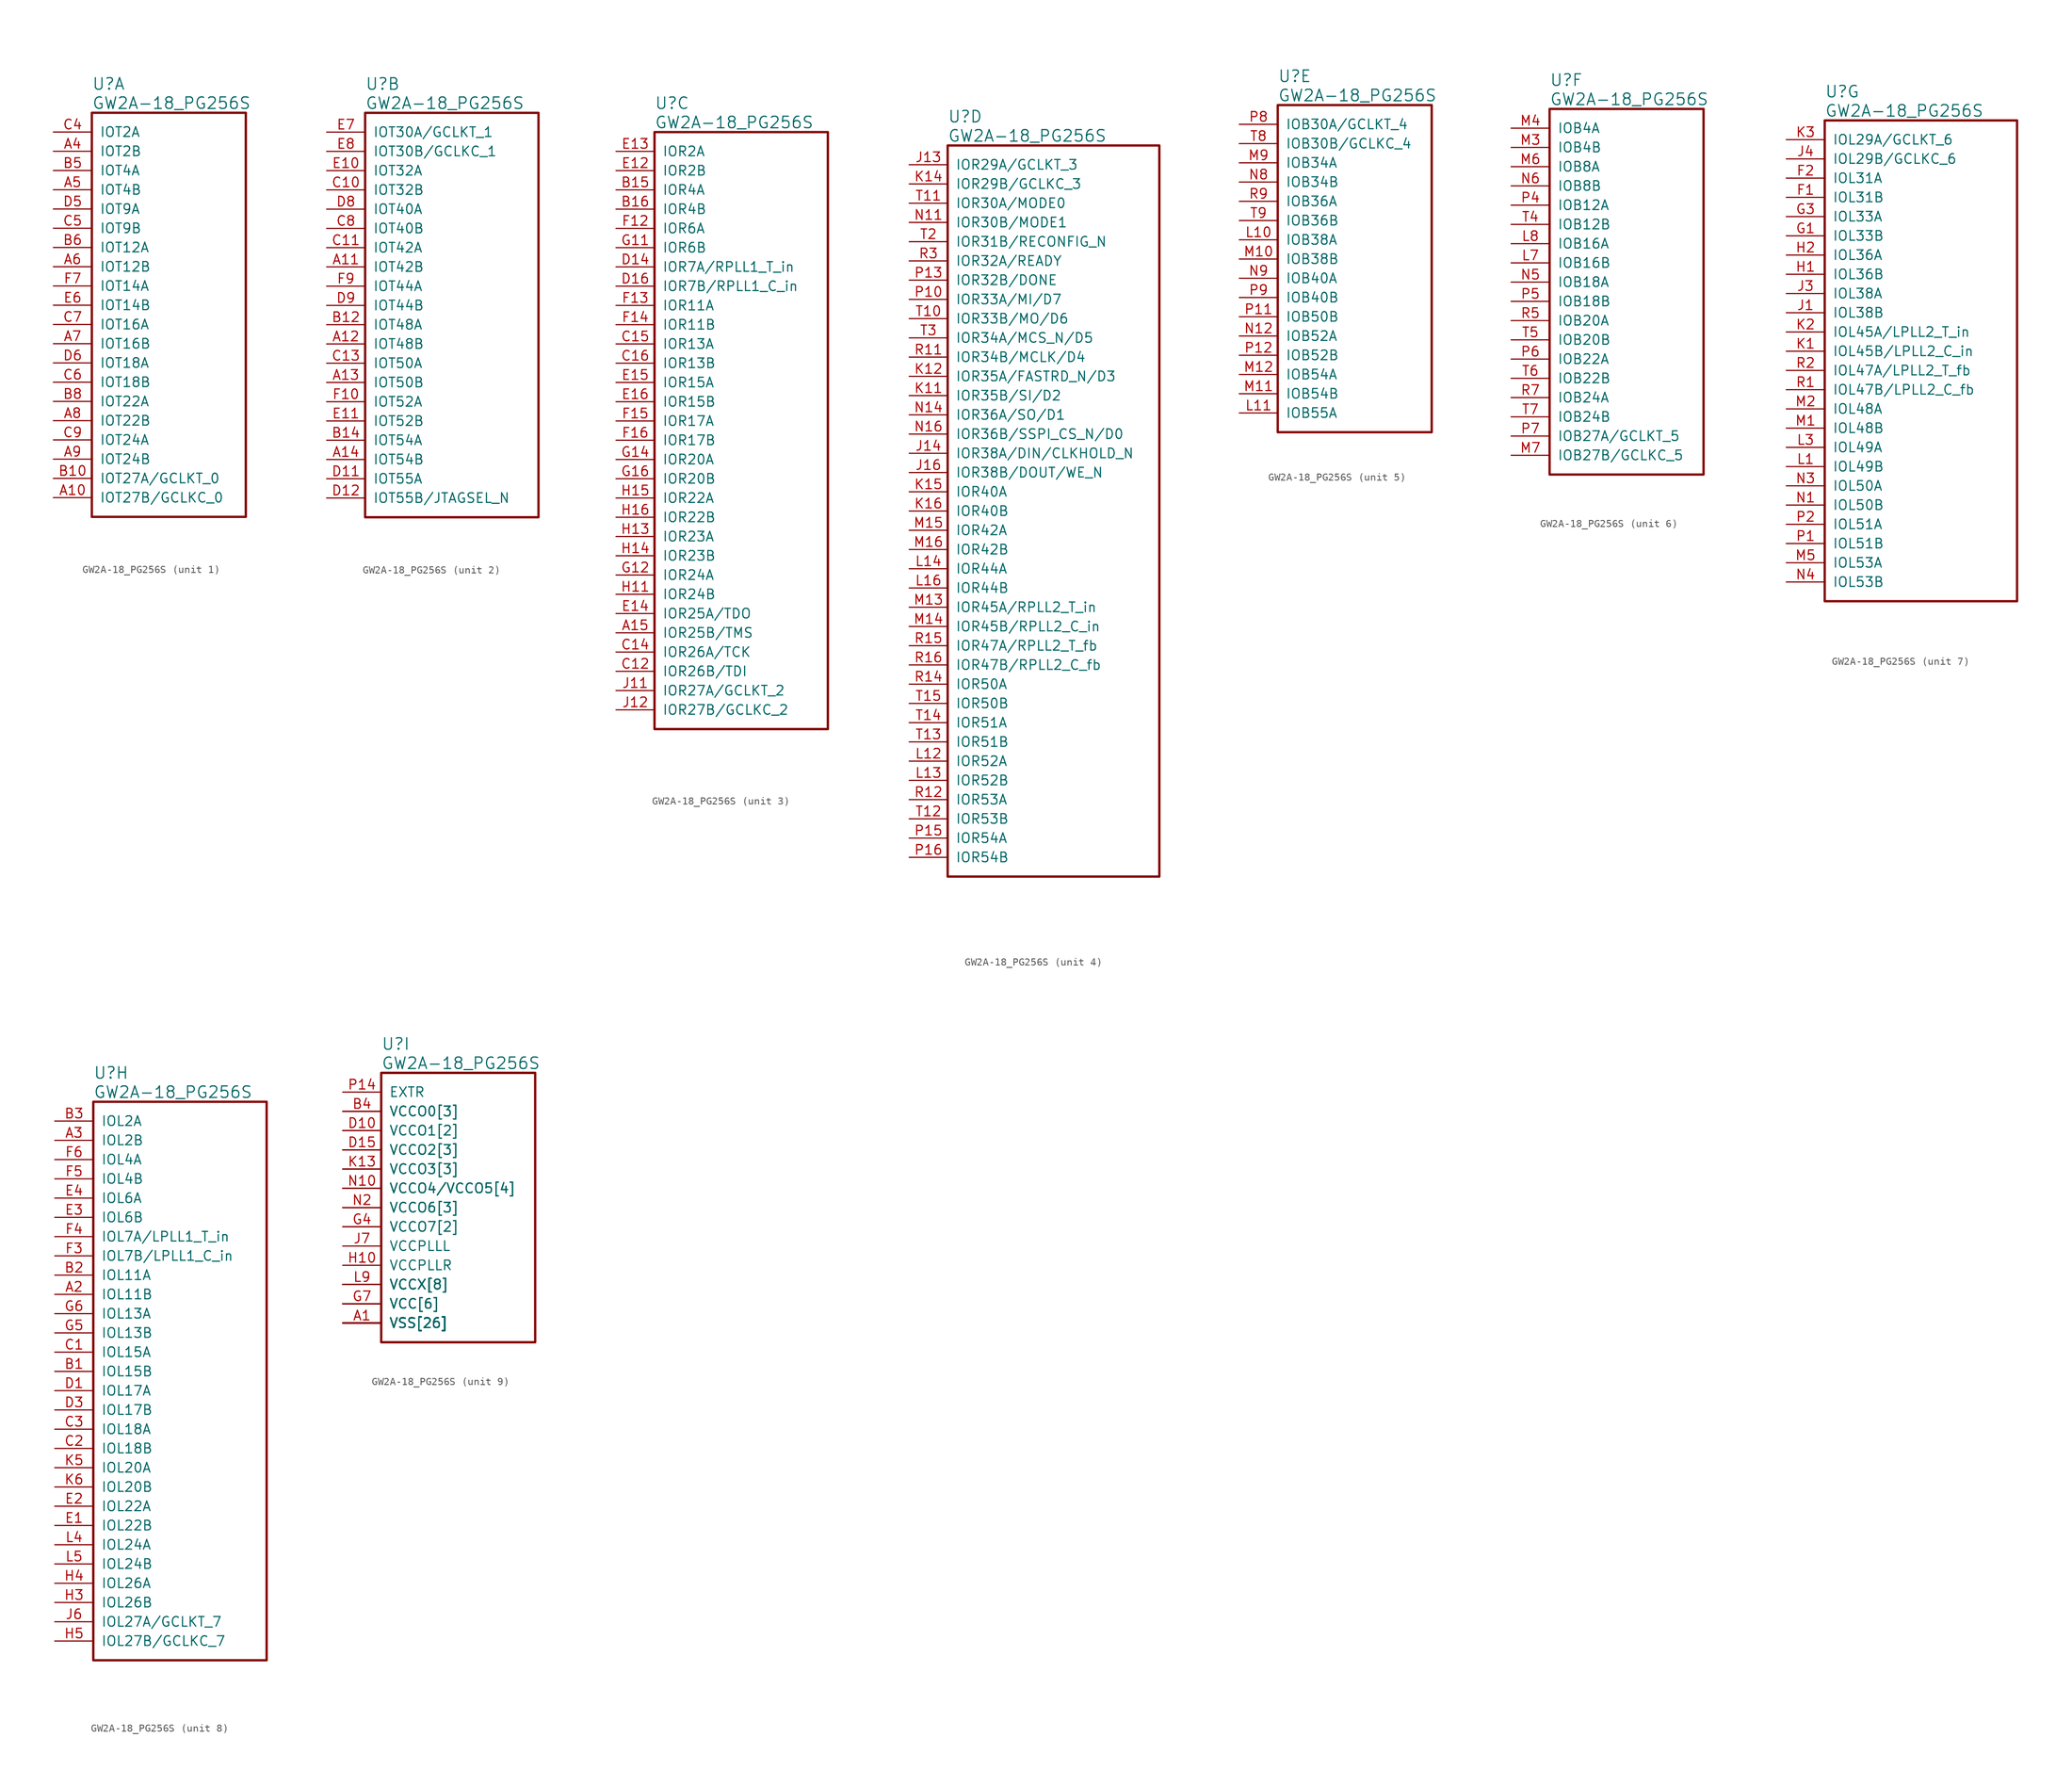
<source format=kicad_sym>
(kicad_symbol_lib
  (version 20211014)
  (generator kicad_symbol_editor)
  (symbol "GW2A-18_PG256S"
    (pin_names
      (offset 1.016))
    (property "Reference" "U"
      (at 5.08 6.35 0)
      (effects (font (size 1.524 1.524)) (justify left)))
    (property "Value" "GW2A-18_PG256S"
      (at 5.08 3.81 0)
      (effects (font (size 1.524 1.524)) (justify left)))
    (property "ki_locked" ""
      (at 0 0 0)
      (effects (font (size 1.27 1.27))))
    (symbol "GW2A-18_PG256S_1_1"
      (rectangle (start 5.08 2.54) (end 25.4 -50.8) (stroke (width 0.305) (type default) (color 0 0 0 0)) (fill (type none)))
      (pin bidirectional line (at 0 -48.26 0) (length 5.08) (name "IOT27B/GCLKC_0" (effects (font (size 1.27 1.27)))) (number "A10" (effects (font (size 1.27 1.27)))))
      (pin bidirectional line (at 0 -2.54 0) (length 5.08) (name "IOT2B" (effects (font (size 1.27 1.27)))) (number "A4" (effects (font (size 1.27 1.27)))))
      (pin bidirectional line (at 0 -7.62 0) (length 5.08) (name "IOT4B" (effects (font (size 1.27 1.27)))) (number "A5" (effects (font (size 1.27 1.27)))))
      (pin bidirectional line (at 0 -17.78 0) (length 5.08) (name "IOT12B" (effects (font (size 1.27 1.27)))) (number "A6" (effects (font (size 1.27 1.27)))))
      (pin bidirectional line (at 0 -27.94 0) (length 5.08) (name "IOT16B" (effects (font (size 1.27 1.27)))) (number "A7" (effects (font (size 1.27 1.27)))))
      (pin bidirectional line (at 0 -38.1 0) (length 5.08) (name "IOT22B" (effects (font (size 1.27 1.27)))) (number "A8" (effects (font (size 1.27 1.27)))))
      (pin bidirectional line (at 0 -43.18 0) (length 5.08) (name "IOT24B" (effects (font (size 1.27 1.27)))) (number "A9" (effects (font (size 1.27 1.27)))))
      (pin bidirectional line (at 0 -45.72 0) (length 5.08) (name "IOT27A/GCLKT_0" (effects (font (size 1.27 1.27)))) (number "B10" (effects (font (size 1.27 1.27)))))
      (pin bidirectional line (at 0 -5.08 0) (length 5.08) (name "IOT4A" (effects (font (size 1.27 1.27)))) (number "B5" (effects (font (size 1.27 1.27)))))
      (pin bidirectional line (at 0 -15.24 0) (length 5.08) (name "IOT12A" (effects (font (size 1.27 1.27)))) (number "B6" (effects (font (size 1.27 1.27)))))
      (pin bidirectional line (at 0 -35.56 0) (length 5.08) (name "IOT22A" (effects (font (size 1.27 1.27)))) (number "B8" (effects (font (size 1.27 1.27)))))
      (pin bidirectional line (at 0 0 0) (length 5.08) (name "IOT2A" (effects (font (size 1.27 1.27)))) (number "C4" (effects (font (size 1.27 1.27)))))
      (pin bidirectional line (at 0 -12.7 0) (length 5.08) (name "IOT9B" (effects (font (size 1.27 1.27)))) (number "C5" (effects (font (size 1.27 1.27)))))
      (pin bidirectional line (at 0 -33.02 0) (length 5.08) (name "IOT18B" (effects (font (size 1.27 1.27)))) (number "C6" (effects (font (size 1.27 1.27)))))
      (pin bidirectional line (at 0 -25.4 0) (length 5.08) (name "IOT16A" (effects (font (size 1.27 1.27)))) (number "C7" (effects (font (size 1.27 1.27)))))
      (pin bidirectional line (at 0 -40.64 0) (length 5.08) (name "IOT24A" (effects (font (size 1.27 1.27)))) (number "C9" (effects (font (size 1.27 1.27)))))
      (pin bidirectional line (at 0 -10.16 0) (length 5.08) (name "IOT9A" (effects (font (size 1.27 1.27)))) (number "D5" (effects (font (size 1.27 1.27)))))
      (pin bidirectional line (at 0 -30.48 0) (length 5.08) (name "IOT18A" (effects (font (size 1.27 1.27)))) (number "D6" (effects (font (size 1.27 1.27)))))
      (pin bidirectional line (at 0 -22.86 0) (length 5.08) (name "IOT14B" (effects (font (size 1.27 1.27)))) (number "E6" (effects (font (size 1.27 1.27)))))
      (pin bidirectional line (at 0 -20.32 0) (length 5.08) (name "IOT14A" (effects (font (size 1.27 1.27)))) (number "F7" (effects (font (size 1.27 1.27))))))
    (symbol "GW2A-18_PG256S_2_1"
      (rectangle (start 5.08 2.54) (end 27.94 -50.8) (stroke (width 0.305) (type default) (color 0 0 0 0)) (fill (type none)))
      (pin bidirectional line (at 0 -17.78 0) (length 5.08) (name "IOT42B" (effects (font (size 1.27 1.27)))) (number "A11" (effects (font (size 1.27 1.27)))))
      (pin bidirectional line (at 0 -27.94 0) (length 5.08) (name "IOT48B" (effects (font (size 1.27 1.27)))) (number "A12" (effects (font (size 1.27 1.27)))))
      (pin bidirectional line (at 0 -33.02 0) (length 5.08) (name "IOT50B" (effects (font (size 1.27 1.27)))) (number "A13" (effects (font (size 1.27 1.27)))))
      (pin bidirectional line (at 0 -43.18 0) (length 5.08) (name "IOT54B" (effects (font (size 1.27 1.27)))) (number "A14" (effects (font (size 1.27 1.27)))))
      (pin bidirectional line (at 0 -25.4 0) (length 5.08) (name "IOT48A" (effects (font (size 1.27 1.27)))) (number "B12" (effects (font (size 1.27 1.27)))))
      (pin bidirectional line (at 0 -40.64 0) (length 5.08) (name "IOT54A" (effects (font (size 1.27 1.27)))) (number "B14" (effects (font (size 1.27 1.27)))))
      (pin bidirectional line (at 0 -7.62 0) (length 5.08) (name "IOT32B" (effects (font (size 1.27 1.27)))) (number "C10" (effects (font (size 1.27 1.27)))))
      (pin bidirectional line (at 0 -15.24 0) (length 5.08) (name "IOT42A" (effects (font (size 1.27 1.27)))) (number "C11" (effects (font (size 1.27 1.27)))))
      (pin bidirectional line (at 0 -30.48 0) (length 5.08) (name "IOT50A" (effects (font (size 1.27 1.27)))) (number "C13" (effects (font (size 1.27 1.27)))))
      (pin bidirectional line (at 0 -12.7 0) (length 5.08) (name "IOT40B" (effects (font (size 1.27 1.27)))) (number "C8" (effects (font (size 1.27 1.27)))))
      (pin bidirectional line (at 0 -45.72 0) (length 5.08) (name "IOT55A" (effects (font (size 1.27 1.27)))) (number "D11" (effects (font (size 1.27 1.27)))))
      (pin bidirectional line (at 0 -48.26 0) (length 5.08) (name "IOT55B/JTAGSEL_N" (effects (font (size 1.27 1.27)))) (number "D12" (effects (font (size 1.27 1.27)))))
      (pin bidirectional line (at 0 -10.16 0) (length 5.08) (name "IOT40A" (effects (font (size 1.27 1.27)))) (number "D8" (effects (font (size 1.27 1.27)))))
      (pin bidirectional line (at 0 -22.86 0) (length 5.08) (name "IOT44B" (effects (font (size 1.27 1.27)))) (number "D9" (effects (font (size 1.27 1.27)))))
      (pin bidirectional line (at 0 -5.08 0) (length 5.08) (name "IOT32A" (effects (font (size 1.27 1.27)))) (number "E10" (effects (font (size 1.27 1.27)))))
      (pin bidirectional line (at 0 -38.1 0) (length 5.08) (name "IOT52B" (effects (font (size 1.27 1.27)))) (number "E11" (effects (font (size 1.27 1.27)))))
      (pin bidirectional line (at 0 0 0) (length 5.08) (name "IOT30A/GCLKT_1" (effects (font (size 1.27 1.27)))) (number "E7" (effects (font (size 1.27 1.27)))))
      (pin bidirectional line (at 0 -2.54 0) (length 5.08) (name "IOT30B/GCLKC_1" (effects (font (size 1.27 1.27)))) (number "E8" (effects (font (size 1.27 1.27)))))
      (pin bidirectional line (at 0 -35.56 0) (length 5.08) (name "IOT52A" (effects (font (size 1.27 1.27)))) (number "F10" (effects (font (size 1.27 1.27)))))
      (pin bidirectional line (at 0 -20.32 0) (length 5.08) (name "IOT44A" (effects (font (size 1.27 1.27)))) (number "F9" (effects (font (size 1.27 1.27))))))
    (symbol "GW2A-18_PG256S_3_1"
      (rectangle (start 5.08 2.54) (end 27.94 -76.2) (stroke (width 0.305) (type default) (color 0 0 0 0)) (fill (type none)))
      (pin bidirectional line (at 0 -63.5 0) (length 5.08) (name "IOR25B/TMS" (effects (font (size 1.27 1.27)))) (number "A15" (effects (font (size 1.27 1.27)))))
      (pin bidirectional line (at 0 -5.08 0) (length 5.08) (name "IOR4A" (effects (font (size 1.27 1.27)))) (number "B15" (effects (font (size 1.27 1.27)))))
      (pin bidirectional line (at 0 -7.62 0) (length 5.08) (name "IOR4B" (effects (font (size 1.27 1.27)))) (number "B16" (effects (font (size 1.27 1.27)))))
      (pin bidirectional line (at 0 -68.58 0) (length 5.08) (name "IOR26B/TDI" (effects (font (size 1.27 1.27)))) (number "C12" (effects (font (size 1.27 1.27)))))
      (pin bidirectional line (at 0 -66.04 0) (length 5.08) (name "IOR26A/TCK" (effects (font (size 1.27 1.27)))) (number "C14" (effects (font (size 1.27 1.27)))))
      (pin bidirectional line (at 0 -25.4 0) (length 5.08) (name "IOR13A" (effects (font (size 1.27 1.27)))) (number "C15" (effects (font (size 1.27 1.27)))))
      (pin bidirectional line (at 0 -27.94 0) (length 5.08) (name "IOR13B" (effects (font (size 1.27 1.27)))) (number "C16" (effects (font (size 1.27 1.27)))))
      (pin bidirectional line (at 0 -15.24 0) (length 5.08) (name "IOR7A/RPLL1_T_in" (effects (font (size 1.27 1.27)))) (number "D14" (effects (font (size 1.27 1.27)))))
      (pin bidirectional line (at 0 -17.78 0) (length 5.08) (name "IOR7B/RPLL1_C_in" (effects (font (size 1.27 1.27)))) (number "D16" (effects (font (size 1.27 1.27)))))
      (pin bidirectional line (at 0 -2.54 0) (length 5.08) (name "IOR2B" (effects (font (size 1.27 1.27)))) (number "E12" (effects (font (size 1.27 1.27)))))
      (pin bidirectional line (at 0 0 0) (length 5.08) (name "IOR2A" (effects (font (size 1.27 1.27)))) (number "E13" (effects (font (size 1.27 1.27)))))
      (pin bidirectional line (at 0 -60.96 0) (length 5.08) (name "IOR25A/TDO" (effects (font (size 1.27 1.27)))) (number "E14" (effects (font (size 1.27 1.27)))))
      (pin bidirectional line (at 0 -30.48 0) (length 5.08) (name "IOR15A" (effects (font (size 1.27 1.27)))) (number "E15" (effects (font (size 1.27 1.27)))))
      (pin bidirectional line (at 0 -33.02 0) (length 5.08) (name "IOR15B" (effects (font (size 1.27 1.27)))) (number "E16" (effects (font (size 1.27 1.27)))))
      (pin bidirectional line (at 0 -10.16 0) (length 5.08) (name "IOR6A" (effects (font (size 1.27 1.27)))) (number "F12" (effects (font (size 1.27 1.27)))))
      (pin bidirectional line (at 0 -20.32 0) (length 5.08) (name "IOR11A" (effects (font (size 1.27 1.27)))) (number "F13" (effects (font (size 1.27 1.27)))))
      (pin bidirectional line (at 0 -22.86 0) (length 5.08) (name "IOR11B" (effects (font (size 1.27 1.27)))) (number "F14" (effects (font (size 1.27 1.27)))))
      (pin bidirectional line (at 0 -35.56 0) (length 5.08) (name "IOR17A" (effects (font (size 1.27 1.27)))) (number "F15" (effects (font (size 1.27 1.27)))))
      (pin bidirectional line (at 0 -38.1 0) (length 5.08) (name "IOR17B" (effects (font (size 1.27 1.27)))) (number "F16" (effects (font (size 1.27 1.27)))))
      (pin bidirectional line (at 0 -12.7 0) (length 5.08) (name "IOR6B" (effects (font (size 1.27 1.27)))) (number "G11" (effects (font (size 1.27 1.27)))))
      (pin bidirectional line (at 0 -55.88 0) (length 5.08) (name "IOR24A" (effects (font (size 1.27 1.27)))) (number "G12" (effects (font (size 1.27 1.27)))))
      (pin bidirectional line (at 0 -40.64 0) (length 5.08) (name "IOR20A" (effects (font (size 1.27 1.27)))) (number "G14" (effects (font (size 1.27 1.27)))))
      (pin bidirectional line (at 0 -43.18 0) (length 5.08) (name "IOR20B" (effects (font (size 1.27 1.27)))) (number "G16" (effects (font (size 1.27 1.27)))))
      (pin bidirectional line (at 0 -58.42 0) (length 5.08) (name "IOR24B" (effects (font (size 1.27 1.27)))) (number "H11" (effects (font (size 1.27 1.27)))))
      (pin bidirectional line (at 0 -50.8 0) (length 5.08) (name "IOR23A" (effects (font (size 1.27 1.27)))) (number "H13" (effects (font (size 1.27 1.27)))))
      (pin bidirectional line (at 0 -53.34 0) (length 5.08) (name "IOR23B" (effects (font (size 1.27 1.27)))) (number "H14" (effects (font (size 1.27 1.27)))))
      (pin bidirectional line (at 0 -45.72 0) (length 5.08) (name "IOR22A" (effects (font (size 1.27 1.27)))) (number "H15" (effects (font (size 1.27 1.27)))))
      (pin bidirectional line (at 0 -48.26 0) (length 5.08) (name "IOR22B" (effects (font (size 1.27 1.27)))) (number "H16" (effects (font (size 1.27 1.27)))))
      (pin bidirectional line (at 0 -71.12 0) (length 5.08) (name "IOR27A/GCLKT_2" (effects (font (size 1.27 1.27)))) (number "J11" (effects (font (size 1.27 1.27)))))
      (pin bidirectional line (at 0 -73.66 0) (length 5.08) (name "IOR27B/GCLKC_2" (effects (font (size 1.27 1.27)))) (number "J12" (effects (font (size 1.27 1.27))))))
    (symbol "GW2A-18_PG256S_4_1"
      (rectangle (start 5.08 2.54) (end 33.02 -93.98) (stroke (width 0.305) (type default) (color 0 0 0 0)) (fill (type none)))
      (pin bidirectional line (at 0 0 0) (length 5.08) (name "IOR29A/GCLKT_3" (effects (font (size 1.27 1.27)))) (number "J13" (effects (font (size 1.27 1.27)))))
      (pin bidirectional line (at 0 -38.1 0) (length 5.08) (name "IOR38A/DIN/CLKHOLD_N" (effects (font (size 1.27 1.27)))) (number "J14" (effects (font (size 1.27 1.27)))))
      (pin bidirectional line (at 0 -40.64 0) (length 5.08) (name "IOR38B/DOUT/WE_N" (effects (font (size 1.27 1.27)))) (number "J16" (effects (font (size 1.27 1.27)))))
      (pin bidirectional line (at 0 -30.48 0) (length 5.08) (name "IOR35B/SI/D2" (effects (font (size 1.27 1.27)))) (number "K11" (effects (font (size 1.27 1.27)))))
      (pin bidirectional line (at 0 -27.94 0) (length 5.08) (name "IOR35A/FASTRD_N/D3" (effects (font (size 1.27 1.27)))) (number "K12" (effects (font (size 1.27 1.27)))))
      (pin bidirectional line (at 0 -2.54 0) (length 5.08) (name "IOR29B/GCLKC_3" (effects (font (size 1.27 1.27)))) (number "K14" (effects (font (size 1.27 1.27)))))
      (pin bidirectional line (at 0 -43.18 0) (length 5.08) (name "IOR40A" (effects (font (size 1.27 1.27)))) (number "K15" (effects (font (size 1.27 1.27)))))
      (pin bidirectional line (at 0 -45.72 0) (length 5.08) (name "IOR40B" (effects (font (size 1.27 1.27)))) (number "K16" (effects (font (size 1.27 1.27)))))
      (pin bidirectional line (at 0 -78.74 0) (length 5.08) (name "IOR52A" (effects (font (size 1.27 1.27)))) (number "L12" (effects (font (size 1.27 1.27)))))
      (pin bidirectional line (at 0 -81.28 0) (length 5.08) (name "IOR52B" (effects (font (size 1.27 1.27)))) (number "L13" (effects (font (size 1.27 1.27)))))
      (pin bidirectional line (at 0 -53.34 0) (length 5.08) (name "IOR44A" (effects (font (size 1.27 1.27)))) (number "L14" (effects (font (size 1.27 1.27)))))
      (pin bidirectional line (at 0 -55.88 0) (length 5.08) (name "IOR44B" (effects (font (size 1.27 1.27)))) (number "L16" (effects (font (size 1.27 1.27)))))
      (pin bidirectional line (at 0 -58.42 0) (length 5.08) (name "IOR45A/RPLL2_T_in" (effects (font (size 1.27 1.27)))) (number "M13" (effects (font (size 1.27 1.27)))))
      (pin bidirectional line (at 0 -60.96 0) (length 5.08) (name "IOR45B/RPLL2_C_in" (effects (font (size 1.27 1.27)))) (number "M14" (effects (font (size 1.27 1.27)))))
      (pin bidirectional line (at 0 -48.26 0) (length 5.08) (name "IOR42A" (effects (font (size 1.27 1.27)))) (number "M15" (effects (font (size 1.27 1.27)))))
      (pin bidirectional line (at 0 -50.8 0) (length 5.08) (name "IOR42B" (effects (font (size 1.27 1.27)))) (number "M16" (effects (font (size 1.27 1.27)))))
      (pin bidirectional line (at 0 -7.62 0) (length 5.08) (name "IOR30B/MODE1" (effects (font (size 1.27 1.27)))) (number "N11" (effects (font (size 1.27 1.27)))))
      (pin bidirectional line (at 0 -33.02 0) (length 5.08) (name "IOR36A/SO/D1" (effects (font (size 1.27 1.27)))) (number "N14" (effects (font (size 1.27 1.27)))))
      (pin bidirectional line (at 0 -35.56 0) (length 5.08) (name "IOR36B/SSPI_CS_N/D0" (effects (font (size 1.27 1.27)))) (number "N16" (effects (font (size 1.27 1.27)))))
      (pin bidirectional line (at 0 -17.78 0) (length 5.08) (name "IOR33A/MI/D7" (effects (font (size 1.27 1.27)))) (number "P10" (effects (font (size 1.27 1.27)))))
      (pin bidirectional line (at 0 -15.24 0) (length 5.08) (name "IOR32B/DONE" (effects (font (size 1.27 1.27)))) (number "P13" (effects (font (size 1.27 1.27)))))
      (pin bidirectional line (at 0 -88.9 0) (length 5.08) (name "IOR54A" (effects (font (size 1.27 1.27)))) (number "P15" (effects (font (size 1.27 1.27)))))
      (pin bidirectional line (at 0 -91.44 0) (length 5.08) (name "IOR54B" (effects (font (size 1.27 1.27)))) (number "P16" (effects (font (size 1.27 1.27)))))
      (pin bidirectional line (at 0 -25.4 0) (length 5.08) (name "IOR34B/MCLK/D4" (effects (font (size 1.27 1.27)))) (number "R11" (effects (font (size 1.27 1.27)))))
      (pin bidirectional line (at 0 -83.82 0) (length 5.08) (name "IOR53A" (effects (font (size 1.27 1.27)))) (number "R12" (effects (font (size 1.27 1.27)))))
      (pin bidirectional line (at 0 -68.58 0) (length 5.08) (name "IOR50A" (effects (font (size 1.27 1.27)))) (number "R14" (effects (font (size 1.27 1.27)))))
      (pin bidirectional line (at 0 -63.5 0) (length 5.08) (name "IOR47A/RPLL2_T_fb" (effects (font (size 1.27 1.27)))) (number "R15" (effects (font (size 1.27 1.27)))))
      (pin bidirectional line (at 0 -66.04 0) (length 5.08) (name "IOR47B/RPLL2_C_fb" (effects (font (size 1.27 1.27)))) (number "R16" (effects (font (size 1.27 1.27)))))
      (pin bidirectional line (at 0 -12.7 0) (length 5.08) (name "IOR32A/READY" (effects (font (size 1.27 1.27)))) (number "R3" (effects (font (size 1.27 1.27)))))
      (pin bidirectional line (at 0 -20.32 0) (length 5.08) (name "IOR33B/MO/D6" (effects (font (size 1.27 1.27)))) (number "T10" (effects (font (size 1.27 1.27)))))
      (pin bidirectional line (at 0 -5.08 0) (length 5.08) (name "IOR30A/MODE0" (effects (font (size 1.27 1.27)))) (number "T11" (effects (font (size 1.27 1.27)))))
      (pin bidirectional line (at 0 -86.36 0) (length 5.08) (name "IOR53B" (effects (font (size 1.27 1.27)))) (number "T12" (effects (font (size 1.27 1.27)))))
      (pin bidirectional line (at 0 -76.2 0) (length 5.08) (name "IOR51B" (effects (font (size 1.27 1.27)))) (number "T13" (effects (font (size 1.27 1.27)))))
      (pin bidirectional line (at 0 -73.66 0) (length 5.08) (name "IOR51A" (effects (font (size 1.27 1.27)))) (number "T14" (effects (font (size 1.27 1.27)))))
      (pin bidirectional line (at 0 -71.12 0) (length 5.08) (name "IOR50B" (effects (font (size 1.27 1.27)))) (number "T15" (effects (font (size 1.27 1.27)))))
      (pin bidirectional line (at 0 -10.16 0) (length 5.08) (name "IOR31B/RECONFIG_N" (effects (font (size 1.27 1.27)))) (number "T2" (effects (font (size 1.27 1.27)))))
      (pin bidirectional line (at 0 -22.86 0) (length 5.08) (name "IOR34A/MCS_N/D5" (effects (font (size 1.27 1.27)))) (number "T3" (effects (font (size 1.27 1.27))))))
    (symbol "GW2A-18_PG256S_5_1"
      (rectangle (start 5.08 2.54) (end 25.4 -40.64) (stroke (width 0.305) (type default) (color 0 0 0 0)) (fill (type none)))
      (pin bidirectional line (at 0 -15.24 0) (length 5.08) (name "IOB38A" (effects (font (size 1.27 1.27)))) (number "L10" (effects (font (size 1.27 1.27)))))
      (pin bidirectional line (at 0 -38.1 0) (length 5.08) (name "IOB55A" (effects (font (size 1.27 1.27)))) (number "L11" (effects (font (size 1.27 1.27)))))
      (pin bidirectional line (at 0 -17.78 0) (length 5.08) (name "IOB38B" (effects (font (size 1.27 1.27)))) (number "M10" (effects (font (size 1.27 1.27)))))
      (pin bidirectional line (at 0 -35.56 0) (length 5.08) (name "IOB54B" (effects (font (size 1.27 1.27)))) (number "M11" (effects (font (size 1.27 1.27)))))
      (pin bidirectional line (at 0 -33.02 0) (length 5.08) (name "IOB54A" (effects (font (size 1.27 1.27)))) (number "M12" (effects (font (size 1.27 1.27)))))
      (pin bidirectional line (at 0 -5.08 0) (length 5.08) (name "IOB34A" (effects (font (size 1.27 1.27)))) (number "M9" (effects (font (size 1.27 1.27)))))
      (pin bidirectional line (at 0 -27.94 0) (length 5.08) (name "IOB52A" (effects (font (size 1.27 1.27)))) (number "N12" (effects (font (size 1.27 1.27)))))
      (pin bidirectional line (at 0 -7.62 0) (length 5.08) (name "IOB34B" (effects (font (size 1.27 1.27)))) (number "N8" (effects (font (size 1.27 1.27)))))
      (pin bidirectional line (at 0 -20.32 0) (length 5.08) (name "IOB40A" (effects (font (size 1.27 1.27)))) (number "N9" (effects (font (size 1.27 1.27)))))
      (pin bidirectional line (at 0 -25.4 0) (length 5.08) (name "IOB50B" (effects (font (size 1.27 1.27)))) (number "P11" (effects (font (size 1.27 1.27)))))
      (pin bidirectional line (at 0 -30.48 0) (length 5.08) (name "IOB52B" (effects (font (size 1.27 1.27)))) (number "P12" (effects (font (size 1.27 1.27)))))
      (pin bidirectional line (at 0 0 0) (length 5.08) (name "IOB30A/GCLKT_4" (effects (font (size 1.27 1.27)))) (number "P8" (effects (font (size 1.27 1.27)))))
      (pin bidirectional line (at 0 -22.86 0) (length 5.08) (name "IOB40B" (effects (font (size 1.27 1.27)))) (number "P9" (effects (font (size 1.27 1.27)))))
      (pin bidirectional line (at 0 -10.16 0) (length 5.08) (name "IOB36A" (effects (font (size 1.27 1.27)))) (number "R9" (effects (font (size 1.27 1.27)))))
      (pin bidirectional line (at 0 -2.54 0) (length 5.08) (name "IOB30B/GCLKC_4" (effects (font (size 1.27 1.27)))) (number "T8" (effects (font (size 1.27 1.27)))))
      (pin bidirectional line (at 0 -12.7 0) (length 5.08) (name "IOB36B" (effects (font (size 1.27 1.27)))) (number "T9" (effects (font (size 1.27 1.27))))))
    (symbol "GW2A-18_PG256S_6_1"
      (rectangle (start 5.08 2.54) (end 25.4 -45.72) (stroke (width 0.305) (type default) (color 0 0 0 0)) (fill (type none)))
      (pin bidirectional line (at 0 -17.78 0) (length 5.08) (name "IOB16B" (effects (font (size 1.27 1.27)))) (number "L7" (effects (font (size 1.27 1.27)))))
      (pin bidirectional line (at 0 -15.24 0) (length 5.08) (name "IOB16A" (effects (font (size 1.27 1.27)))) (number "L8" (effects (font (size 1.27 1.27)))))
      (pin bidirectional line (at 0 -2.54 0) (length 5.08) (name "IOB4B" (effects (font (size 1.27 1.27)))) (number "M3" (effects (font (size 1.27 1.27)))))
      (pin bidirectional line (at 0 0 0) (length 5.08) (name "IOB4A" (effects (font (size 1.27 1.27)))) (number "M4" (effects (font (size 1.27 1.27)))))
      (pin bidirectional line (at 0 -5.08 0) (length 5.08) (name "IOB8A" (effects (font (size 1.27 1.27)))) (number "M6" (effects (font (size 1.27 1.27)))))
      (pin bidirectional line (at 0 -43.18 0) (length 5.08) (name "IOB27B/GCLKC_5" (effects (font (size 1.27 1.27)))) (number "M7" (effects (font (size 1.27 1.27)))))
      (pin bidirectional line (at 0 -20.32 0) (length 5.08) (name "IOB18A" (effects (font (size 1.27 1.27)))) (number "N5" (effects (font (size 1.27 1.27)))))
      (pin bidirectional line (at 0 -7.62 0) (length 5.08) (name "IOB8B" (effects (font (size 1.27 1.27)))) (number "N6" (effects (font (size 1.27 1.27)))))
      (pin bidirectional line (at 0 -10.16 0) (length 5.08) (name "IOB12A" (effects (font (size 1.27 1.27)))) (number "P4" (effects (font (size 1.27 1.27)))))
      (pin bidirectional line (at 0 -22.86 0) (length 5.08) (name "IOB18B" (effects (font (size 1.27 1.27)))) (number "P5" (effects (font (size 1.27 1.27)))))
      (pin bidirectional line (at 0 -30.48 0) (length 5.08) (name "IOB22A" (effects (font (size 1.27 1.27)))) (number "P6" (effects (font (size 1.27 1.27)))))
      (pin bidirectional line (at 0 -40.64 0) (length 5.08) (name "IOB27A/GCLKT_5" (effects (font (size 1.27 1.27)))) (number "P7" (effects (font (size 1.27 1.27)))))
      (pin bidirectional line (at 0 -25.4 0) (length 5.08) (name "IOB20A" (effects (font (size 1.27 1.27)))) (number "R5" (effects (font (size 1.27 1.27)))))
      (pin bidirectional line (at 0 -35.56 0) (length 5.08) (name "IOB24A" (effects (font (size 1.27 1.27)))) (number "R7" (effects (font (size 1.27 1.27)))))
      (pin bidirectional line (at 0 -12.7 0) (length 5.08) (name "IOB12B" (effects (font (size 1.27 1.27)))) (number "T4" (effects (font (size 1.27 1.27)))))
      (pin bidirectional line (at 0 -27.94 0) (length 5.08) (name "IOB20B" (effects (font (size 1.27 1.27)))) (number "T5" (effects (font (size 1.27 1.27)))))
      (pin bidirectional line (at 0 -33.02 0) (length 5.08) (name "IOB22B" (effects (font (size 1.27 1.27)))) (number "T6" (effects (font (size 1.27 1.27)))))
      (pin bidirectional line (at 0 -38.1 0) (length 5.08) (name "IOB24B" (effects (font (size 1.27 1.27)))) (number "T7" (effects (font (size 1.27 1.27))))))
    (symbol "GW2A-18_PG256S_7_1"
      (rectangle (start 5.08 2.54) (end 30.48 -60.96) (stroke (width 0.305) (type default) (color 0 0 0 0)) (fill (type none)))
      (pin bidirectional line (at 0 -7.62 0) (length 5.08) (name "IOL31B" (effects (font (size 1.27 1.27)))) (number "F1" (effects (font (size 1.27 1.27)))))
      (pin bidirectional line (at 0 -5.08 0) (length 5.08) (name "IOL31A" (effects (font (size 1.27 1.27)))) (number "F2" (effects (font (size 1.27 1.27)))))
      (pin bidirectional line (at 0 -12.7 0) (length 5.08) (name "IOL33B" (effects (font (size 1.27 1.27)))) (number "G1" (effects (font (size 1.27 1.27)))))
      (pin bidirectional line (at 0 -10.16 0) (length 5.08) (name "IOL33A" (effects (font (size 1.27 1.27)))) (number "G3" (effects (font (size 1.27 1.27)))))
      (pin bidirectional line (at 0 -17.78 0) (length 5.08) (name "IOL36B" (effects (font (size 1.27 1.27)))) (number "H1" (effects (font (size 1.27 1.27)))))
      (pin bidirectional line (at 0 -15.24 0) (length 5.08) (name "IOL36A" (effects (font (size 1.27 1.27)))) (number "H2" (effects (font (size 1.27 1.27)))))
      (pin bidirectional line (at 0 -22.86 0) (length 5.08) (name "IOL38B" (effects (font (size 1.27 1.27)))) (number "J1" (effects (font (size 1.27 1.27)))))
      (pin bidirectional line (at 0 -20.32 0) (length 5.08) (name "IOL38A" (effects (font (size 1.27 1.27)))) (number "J3" (effects (font (size 1.27 1.27)))))
      (pin bidirectional line (at 0 -2.54 0) (length 5.08) (name "IOL29B/GCLKC_6" (effects (font (size 1.27 1.27)))) (number "J4" (effects (font (size 1.27 1.27)))))
      (pin bidirectional line (at 0 -27.94 0) (length 5.08) (name "IOL45B/LPLL2_C_in" (effects (font (size 1.27 1.27)))) (number "K1" (effects (font (size 1.27 1.27)))))
      (pin bidirectional line (at 0 -25.4 0) (length 5.08) (name "IOL45A/LPLL2_T_in" (effects (font (size 1.27 1.27)))) (number "K2" (effects (font (size 1.27 1.27)))))
      (pin bidirectional line (at 0 0 0) (length 5.08) (name "IOL29A/GCLKT_6" (effects (font (size 1.27 1.27)))) (number "K3" (effects (font (size 1.27 1.27)))))
      (pin bidirectional line (at 0 -43.18 0) (length 5.08) (name "IOL49B" (effects (font (size 1.27 1.27)))) (number "L1" (effects (font (size 1.27 1.27)))))
      (pin bidirectional line (at 0 -40.64 0) (length 5.08) (name "IOL49A" (effects (font (size 1.27 1.27)))) (number "L3" (effects (font (size 1.27 1.27)))))
      (pin bidirectional line (at 0 -38.1 0) (length 5.08) (name "IOL48B" (effects (font (size 1.27 1.27)))) (number "M1" (effects (font (size 1.27 1.27)))))
      (pin bidirectional line (at 0 -35.56 0) (length 5.08) (name "IOL48A" (effects (font (size 1.27 1.27)))) (number "M2" (effects (font (size 1.27 1.27)))))
      (pin bidirectional line (at 0 -55.88 0) (length 5.08) (name "IOL53A" (effects (font (size 1.27 1.27)))) (number "M5" (effects (font (size 1.27 1.27)))))
      (pin bidirectional line (at 0 -48.26 0) (length 5.08) (name "IOL50B" (effects (font (size 1.27 1.27)))) (number "N1" (effects (font (size 1.27 1.27)))))
      (pin bidirectional line (at 0 -45.72 0) (length 5.08) (name "IOL50A" (effects (font (size 1.27 1.27)))) (number "N3" (effects (font (size 1.27 1.27)))))
      (pin bidirectional line (at 0 -58.42 0) (length 5.08) (name "IOL53B" (effects (font (size 1.27 1.27)))) (number "N4" (effects (font (size 1.27 1.27)))))
      (pin bidirectional line (at 0 -53.34 0) (length 5.08) (name "IOL51B" (effects (font (size 1.27 1.27)))) (number "P1" (effects (font (size 1.27 1.27)))))
      (pin bidirectional line (at 0 -50.8 0) (length 5.08) (name "IOL51A" (effects (font (size 1.27 1.27)))) (number "P2" (effects (font (size 1.27 1.27)))))
      (pin bidirectional line (at 0 -33.02 0) (length 5.08) (name "IOL47B/LPLL2_C_fb" (effects (font (size 1.27 1.27)))) (number "R1" (effects (font (size 1.27 1.27)))))
      (pin bidirectional line (at 0 -30.48 0) (length 5.08) (name "IOL47A/LPLL2_T_fb" (effects (font (size 1.27 1.27)))) (number "R2" (effects (font (size 1.27 1.27))))))
    (symbol "GW2A-18_PG256S_8_1"
      (rectangle (start 5.08 2.54) (end 27.94 -71.12) (stroke (width 0.305) (type default) (color 0 0 0 0)) (fill (type none)))
      (pin bidirectional line (at 0 -22.86 0) (length 5.08) (name "IOL11B" (effects (font (size 1.27 1.27)))) (number "A2" (effects (font (size 1.27 1.27)))))
      (pin bidirectional line (at 0 -2.54 0) (length 5.08) (name "IOL2B" (effects (font (size 1.27 1.27)))) (number "A3" (effects (font (size 1.27 1.27)))))
      (pin bidirectional line (at 0 -33.02 0) (length 5.08) (name "IOL15B" (effects (font (size 1.27 1.27)))) (number "B1" (effects (font (size 1.27 1.27)))))
      (pin bidirectional line (at 0 -20.32 0) (length 5.08) (name "IOL11A" (effects (font (size 1.27 1.27)))) (number "B2" (effects (font (size 1.27 1.27)))))
      (pin bidirectional line (at 0 0 0) (length 5.08) (name "IOL2A" (effects (font (size 1.27 1.27)))) (number "B3" (effects (font (size 1.27 1.27)))))
      (pin bidirectional line (at 0 -30.48 0) (length 5.08) (name "IOL15A" (effects (font (size 1.27 1.27)))) (number "C1" (effects (font (size 1.27 1.27)))))
      (pin bidirectional line (at 0 -43.18 0) (length 5.08) (name "IOL18B" (effects (font (size 1.27 1.27)))) (number "C2" (effects (font (size 1.27 1.27)))))
      (pin bidirectional line (at 0 -40.64 0) (length 5.08) (name "IOL18A" (effects (font (size 1.27 1.27)))) (number "C3" (effects (font (size 1.27 1.27)))))
      (pin bidirectional line (at 0 -35.56 0) (length 5.08) (name "IOL17A" (effects (font (size 1.27 1.27)))) (number "D1" (effects (font (size 1.27 1.27)))))
      (pin bidirectional line (at 0 -38.1 0) (length 5.08) (name "IOL17B" (effects (font (size 1.27 1.27)))) (number "D3" (effects (font (size 1.27 1.27)))))
      (pin bidirectional line (at 0 -53.34 0) (length 5.08) (name "IOL22B" (effects (font (size 1.27 1.27)))) (number "E1" (effects (font (size 1.27 1.27)))))
      (pin bidirectional line (at 0 -50.8 0) (length 5.08) (name "IOL22A" (effects (font (size 1.27 1.27)))) (number "E2" (effects (font (size 1.27 1.27)))))
      (pin bidirectional line (at 0 -12.7 0) (length 5.08) (name "IOL6B" (effects (font (size 1.27 1.27)))) (number "E3" (effects (font (size 1.27 1.27)))))
      (pin bidirectional line (at 0 -10.16 0) (length 5.08) (name "IOL6A" (effects (font (size 1.27 1.27)))) (number "E4" (effects (font (size 1.27 1.27)))))
      (pin bidirectional line (at 0 -17.78 0) (length 5.08) (name "IOL7B/LPLL1_C_in" (effects (font (size 1.27 1.27)))) (number "F3" (effects (font (size 1.27 1.27)))))
      (pin bidirectional line (at 0 -15.24 0) (length 5.08) (name "IOL7A/LPLL1_T_in" (effects (font (size 1.27 1.27)))) (number "F4" (effects (font (size 1.27 1.27)))))
      (pin bidirectional line (at 0 -7.62 0) (length 5.08) (name "IOL4B" (effects (font (size 1.27 1.27)))) (number "F5" (effects (font (size 1.27 1.27)))))
      (pin bidirectional line (at 0 -5.08 0) (length 5.08) (name "IOL4A" (effects (font (size 1.27 1.27)))) (number "F6" (effects (font (size 1.27 1.27)))))
      (pin bidirectional line (at 0 -27.94 0) (length 5.08) (name "IOL13B" (effects (font (size 1.27 1.27)))) (number "G5" (effects (font (size 1.27 1.27)))))
      (pin bidirectional line (at 0 -25.4 0) (length 5.08) (name "IOL13A" (effects (font (size 1.27 1.27)))) (number "G6" (effects (font (size 1.27 1.27)))))
      (pin bidirectional line (at 0 -63.5 0) (length 5.08) (name "IOL26B" (effects (font (size 1.27 1.27)))) (number "H3" (effects (font (size 1.27 1.27)))))
      (pin bidirectional line (at 0 -60.96 0) (length 5.08) (name "IOL26A" (effects (font (size 1.27 1.27)))) (number "H4" (effects (font (size 1.27 1.27)))))
      (pin bidirectional line (at 0 -68.58 0) (length 5.08) (name "IOL27B/GCLKC_7" (effects (font (size 1.27 1.27)))) (number "H5" (effects (font (size 1.27 1.27)))))
      (pin bidirectional line (at 0 -66.04 0) (length 5.08) (name "IOL27A/GCLKT_7" (effects (font (size 1.27 1.27)))) (number "J6" (effects (font (size 1.27 1.27)))))
      (pin bidirectional line (at 0 -45.72 0) (length 5.08) (name "IOL20A" (effects (font (size 1.27 1.27)))) (number "K5" (effects (font (size 1.27 1.27)))))
      (pin bidirectional line (at 0 -48.26 0) (length 5.08) (name "IOL20B" (effects (font (size 1.27 1.27)))) (number "K6" (effects (font (size 1.27 1.27)))))
      (pin bidirectional line (at 0 -55.88 0) (length 5.08) (name "IOL24A" (effects (font (size 1.27 1.27)))) (number "L4" (effects (font (size 1.27 1.27)))))
      (pin bidirectional line (at 0 -58.42 0) (length 5.08) (name "IOL24B" (effects (font (size 1.27 1.27)))) (number "L5" (effects (font (size 1.27 1.27))))))
    (symbol "GW2A-18_PG256S_9_1"
      (rectangle (start 5.08 2.54) (end 25.4 -33.02) (stroke (width 0.305) (type default) (color 0 0 0 0)) (fill (type none)))
      (pin power_in line (at 0 -30.48 0) (length 5.08) (name "VSS[26]" (effects (font (size 1.27 1.27)))) (number "A1" (effects (font (size 1.27 1.27)))))
      (pin power_in line (at 0 -30.48 0) (length 5.08) (name "VSS[26]" (effects (font (size 1.27 1.27)))) (number "A16" (effects (font (size 0 0)))))
      (pin power_in line (at 0 -30.48 0) (length 5.08) (name "VSS[26]" (effects (font (size 1.27 1.27)))) (number "B11" (effects (font (size 0 0)))))
      (pin power_in line (at 0 -5.08 0) (length 5.08) (name "VCCO1[2]" (effects (font (size 1.27 1.27)))) (number "B13" (effects (font (size 0 0)))))
      (pin power_in line (at 0 -2.54 0) (length 5.08) (name "VCCO0[3]" (effects (font (size 1.27 1.27)))) (number "B4" (effects (font (size 1.27 1.27)))))
      (pin power_in line (at 0 -30.48 0) (length 5.08) (name "VSS[26]" (effects (font (size 1.27 1.27)))) (number "B7" (effects (font (size 0 0)))))
      (pin power_in line (at 0 -2.54 0) (length 5.08) (name "VCCO0[3]" (effects (font (size 1.27 1.27)))) (number "B9" (effects (font (size 0 0)))))
      (pin power_in line (at 0 -5.08 0) (length 5.08) (name "VCCO1[2]" (effects (font (size 1.27 1.27)))) (number "D10" (effects (font (size 1.27 1.27)))))
      (pin power_in line (at 0 -30.48 0) (length 5.08) (name "VSS[26]" (effects (font (size 1.27 1.27)))) (number "D13" (effects (font (size 0 0)))))
      (pin power_in line (at 0 -7.62 0) (length 5.08) (name "VCCO2[3]" (effects (font (size 1.27 1.27)))) (number "D15" (effects (font (size 1.27 1.27)))))
      (pin power_in line (at 0 -17.78 0) (length 5.08) (name "VCCO7[2]" (effects (font (size 1.27 1.27)))) (number "D2" (effects (font (size 0 0)))))
      (pin power_in line (at 0 -30.48 0) (length 5.08) (name "VSS[26]" (effects (font (size 1.27 1.27)))) (number "D4" (effects (font (size 0 0)))))
      (pin power_in line (at 0 -2.54 0) (length 5.08) (name "VCCO0[3]" (effects (font (size 1.27 1.27)))) (number "D7" (effects (font (size 0 0)))))
      (pin power_in line (at 0 -25.4 0) (length 5.08) (name "VCCX[8]" (effects (font (size 1.27 1.27)))) (number "E5" (effects (font (size 0 0)))))
      (pin power_in line (at 0 -30.48 0) (length 5.08) (name "VSS[26]" (effects (font (size 1.27 1.27)))) (number "E9" (effects (font (size 0 0)))))
      (pin power_in line (at 0 -25.4 0) (length 5.08) (name "VCCX[8]" (effects (font (size 1.27 1.27)))) (number "F11" (effects (font (size 0 0)))))
      (pin power_in line (at 0 -25.4 0) (length 5.08) (name "VCCX[8]" (effects (font (size 1.27 1.27)))) (number "F8" (effects (font (size 0 0)))))
      (pin power_in line (at 0 -25.4 0) (length 5.08) (name "VCCX[8]" (effects (font (size 1.27 1.27)))) (number "G10" (effects (font (size 0 0)))))
      (pin power_in line (at 0 -7.62 0) (length 5.08) (name "VCCO2[3]" (effects (font (size 1.27 1.27)))) (number "G13" (effects (font (size 0 0)))))
      (pin power_in line (at 0 -30.48 0) (length 5.08) (name "VSS[26]" (effects (font (size 1.27 1.27)))) (number "G15" (effects (font (size 0 0)))))
      (pin power_in line (at 0 -30.48 0) (length 5.08) (name "VSS[26]" (effects (font (size 1.27 1.27)))) (number "G2" (effects (font (size 0 0)))))
      (pin power_in line (at 0 -17.78 0) (length 5.08) (name "VCCO7[2]" (effects (font (size 1.27 1.27)))) (number "G4" (effects (font (size 1.27 1.27)))))
      (pin power_in line (at 0 -27.94 0) (length 5.08) (name "VCC[6]" (effects (font (size 1.27 1.27)))) (number "G7" (effects (font (size 1.27 1.27)))))
      (pin power_in line (at 0 -30.48 0) (length 5.08) (name "VSS[26]" (effects (font (size 1.27 1.27)))) (number "G8" (effects (font (size 0 0)))))
      (pin power_in line (at 0 -27.94 0) (length 5.08) (name "VCC[6]" (effects (font (size 1.27 1.27)))) (number "G9" (effects (font (size 0 0)))))
      (pin power_in line (at 0 -22.86 0) (length 5.08) (name "VCCPLLR" (effects (font (size 1.27 1.27)))) (number "H10" (effects (font (size 1.27 1.27)))))
      (pin power_in line (at 0 -30.48 0) (length 5.08) (name "VSS[26]" (effects (font (size 1.27 1.27)))) (number "H12" (effects (font (size 0 0)))))
      (pin power_in line (at 0 -25.4 0) (length 5.08) (name "VCCX[8]" (effects (font (size 1.27 1.27)))) (number "H6" (effects (font (size 0 0)))))
      (pin power_in line (at 0 -30.48 0) (length 5.08) (name "VSS[26]" (effects (font (size 1.27 1.27)))) (number "H7" (effects (font (size 0 0)))))
      (pin power_in line (at 0 -27.94 0) (length 5.08) (name "VCC[6]" (effects (font (size 1.27 1.27)))) (number "H8" (effects (font (size 0 0)))))
      (pin power_in line (at 0 -30.48 0) (length 5.08) (name "VSS[26]" (effects (font (size 1.27 1.27)))) (number "H9" (effects (font (size 0 0)))))
      (pin power_in line (at 0 -25.4 0) (length 5.08) (name "VCCX[8]" (effects (font (size 1.27 1.27)))) (number "J10" (effects (font (size 0 0)))))
      (pin power_in line (at 0 -7.62 0) (length 5.08) (name "VCCO2[3]" (effects (font (size 1.27 1.27)))) (number "J15" (effects (font (size 0 0)))))
      (pin power_in line (at 0 -15.24 0) (length 5.08) (name "VCCO6[3]" (effects (font (size 1.27 1.27)))) (number "J2" (effects (font (size 0 0)))))
      (pin power_in line (at 0 -30.48 0) (length 5.08) (name "VSS[26]" (effects (font (size 1.27 1.27)))) (number "J5" (effects (font (size 0 0)))))
      (pin power_in line (at 0 -20.32 0) (length 5.08) (name "VCCPLLL" (effects (font (size 1.27 1.27)))) (number "J7" (effects (font (size 1.27 1.27)))))
      (pin power_in line (at 0 -30.48 0) (length 5.08) (name "VSS[26]" (effects (font (size 1.27 1.27)))) (number "J8" (effects (font (size 0 0)))))
      (pin power_in line (at 0 -27.94 0) (length 5.08) (name "VCC[6]" (effects (font (size 1.27 1.27)))) (number "J9" (effects (font (size 0 0)))))
      (pin power_in line (at 0 -27.94 0) (length 5.08) (name "VCC[6]" (effects (font (size 1.27 1.27)))) (number "K10" (effects (font (size 0 0)))))
      (pin power_in line (at 0 -10.16 0) (length 5.08) (name "VCCO3[3]" (effects (font (size 1.27 1.27)))) (number "K13" (effects (font (size 1.27 1.27)))))
      (pin power_in line (at 0 -15.24 0) (length 5.08) (name "VCCO6[3]" (effects (font (size 1.27 1.27)))) (number "K4" (effects (font (size 0 0)))))
      (pin power_in line (at 0 -30.48 0) (length 5.08) (name "VSS[26]" (effects (font (size 1.27 1.27)))) (number "K7" (effects (font (size 0 0)))))
      (pin power_in line (at 0 -27.94 0) (length 5.08) (name "VCC[6]" (effects (font (size 1.27 1.27)))) (number "K8" (effects (font (size 0 0)))))
      (pin power_in line (at 0 -30.48 0) (length 5.08) (name "VSS[26]" (effects (font (size 1.27 1.27)))) (number "K9" (effects (font (size 0 0)))))
      (pin power_in line (at 0 -30.48 0) (length 5.08) (name "VSS[26]" (effects (font (size 1.27 1.27)))) (number "L15" (effects (font (size 0 0)))))
      (pin power_in line (at 0 -30.48 0) (length 5.08) (name "VSS[26]" (effects (font (size 1.27 1.27)))) (number "L2" (effects (font (size 0 0)))))
      (pin power_in line (at 0 -25.4 0) (length 5.08) (name "VCCX[8]" (effects (font (size 1.27 1.27)))) (number "L6" (effects (font (size 0 0)))))
      (pin power_in line (at 0 -25.4 0) (length 5.08) (name "VCCX[8]" (effects (font (size 1.27 1.27)))) (number "L9" (effects (font (size 1.27 1.27)))))
      (pin power_in line (at 0 -30.48 0) (length 5.08) (name "VSS[26]" (effects (font (size 1.27 1.27)))) (number "M8" (effects (font (size 0 0)))))
      (pin power_in line (at 0 -12.7 0) (length 5.08) (name "VCCO4/VCCO5[4]" (effects (font (size 1.27 1.27)))) (number "N10" (effects (font (size 1.27 1.27)))))
      (pin power_in line (at 0 -30.48 0) (length 5.08) (name "VSS[26]" (effects (font (size 1.27 1.27)))) (number "N13" (effects (font (size 0 0)))))
      (pin power_in line (at 0 -10.16 0) (length 5.08) (name "VCCO3[3]" (effects (font (size 1.27 1.27)))) (number "N15" (effects (font (size 0 0)))))
      (pin power_in line (at 0 -15.24 0) (length 5.08) (name "VCCO6[3]" (effects (font (size 1.27 1.27)))) (number "N2" (effects (font (size 1.27 1.27)))))
      (pin power_in line (at 0 -12.7 0) (length 5.08) (name "VCCO4/VCCO5[4]" (effects (font (size 1.27 1.27)))) (number "N7" (effects (font (size 0 0)))))
      (pin power_in line (at 0 0 0) (length 5.08) (name "EXTR" (effects (font (size 1.27 1.27)))) (number "P14" (effects (font (size 1.27 1.27)))))
      (pin power_in line (at 0 -30.48 0) (length 5.08) (name "VSS[26]" (effects (font (size 1.27 1.27)))) (number "P3" (effects (font (size 0 0)))))
      (pin power_in line (at 0 -30.48 0) (length 5.08) (name "VSS[26]" (effects (font (size 1.27 1.27)))) (number "R10" (effects (font (size 0 0)))))
      (pin power_in line (at 0 -10.16 0) (length 5.08) (name "VCCO3[3]" (effects (font (size 1.27 1.27)))) (number "R13" (effects (font (size 0 0)))))
      (pin power_in line (at 0 -12.7 0) (length 5.08) (name "VCCO4/VCCO5[4]" (effects (font (size 1.27 1.27)))) (number "R4" (effects (font (size 0 0)))))
      (pin power_in line (at 0 -30.48 0) (length 5.08) (name "VSS[26]" (effects (font (size 1.27 1.27)))) (number "R6" (effects (font (size 0 0)))))
      (pin power_in line (at 0 -12.7 0) (length 5.08) (name "VCCO4/VCCO5[4]" (effects (font (size 1.27 1.27)))) (number "R8" (effects (font (size 0 0)))))
      (pin power_in line (at 0 -30.48 0) (length 5.08) (name "VSS[26]" (effects (font (size 1.27 1.27)))) (number "T1" (effects (font (size 0 0)))))
      (pin power_in line (at 0 -30.48 0) (length 5.08) (name "VSS[26]" (effects (font (size 1.27 1.27)))) (number "T16" (effects (font (size 0 0))))))))
</source>
